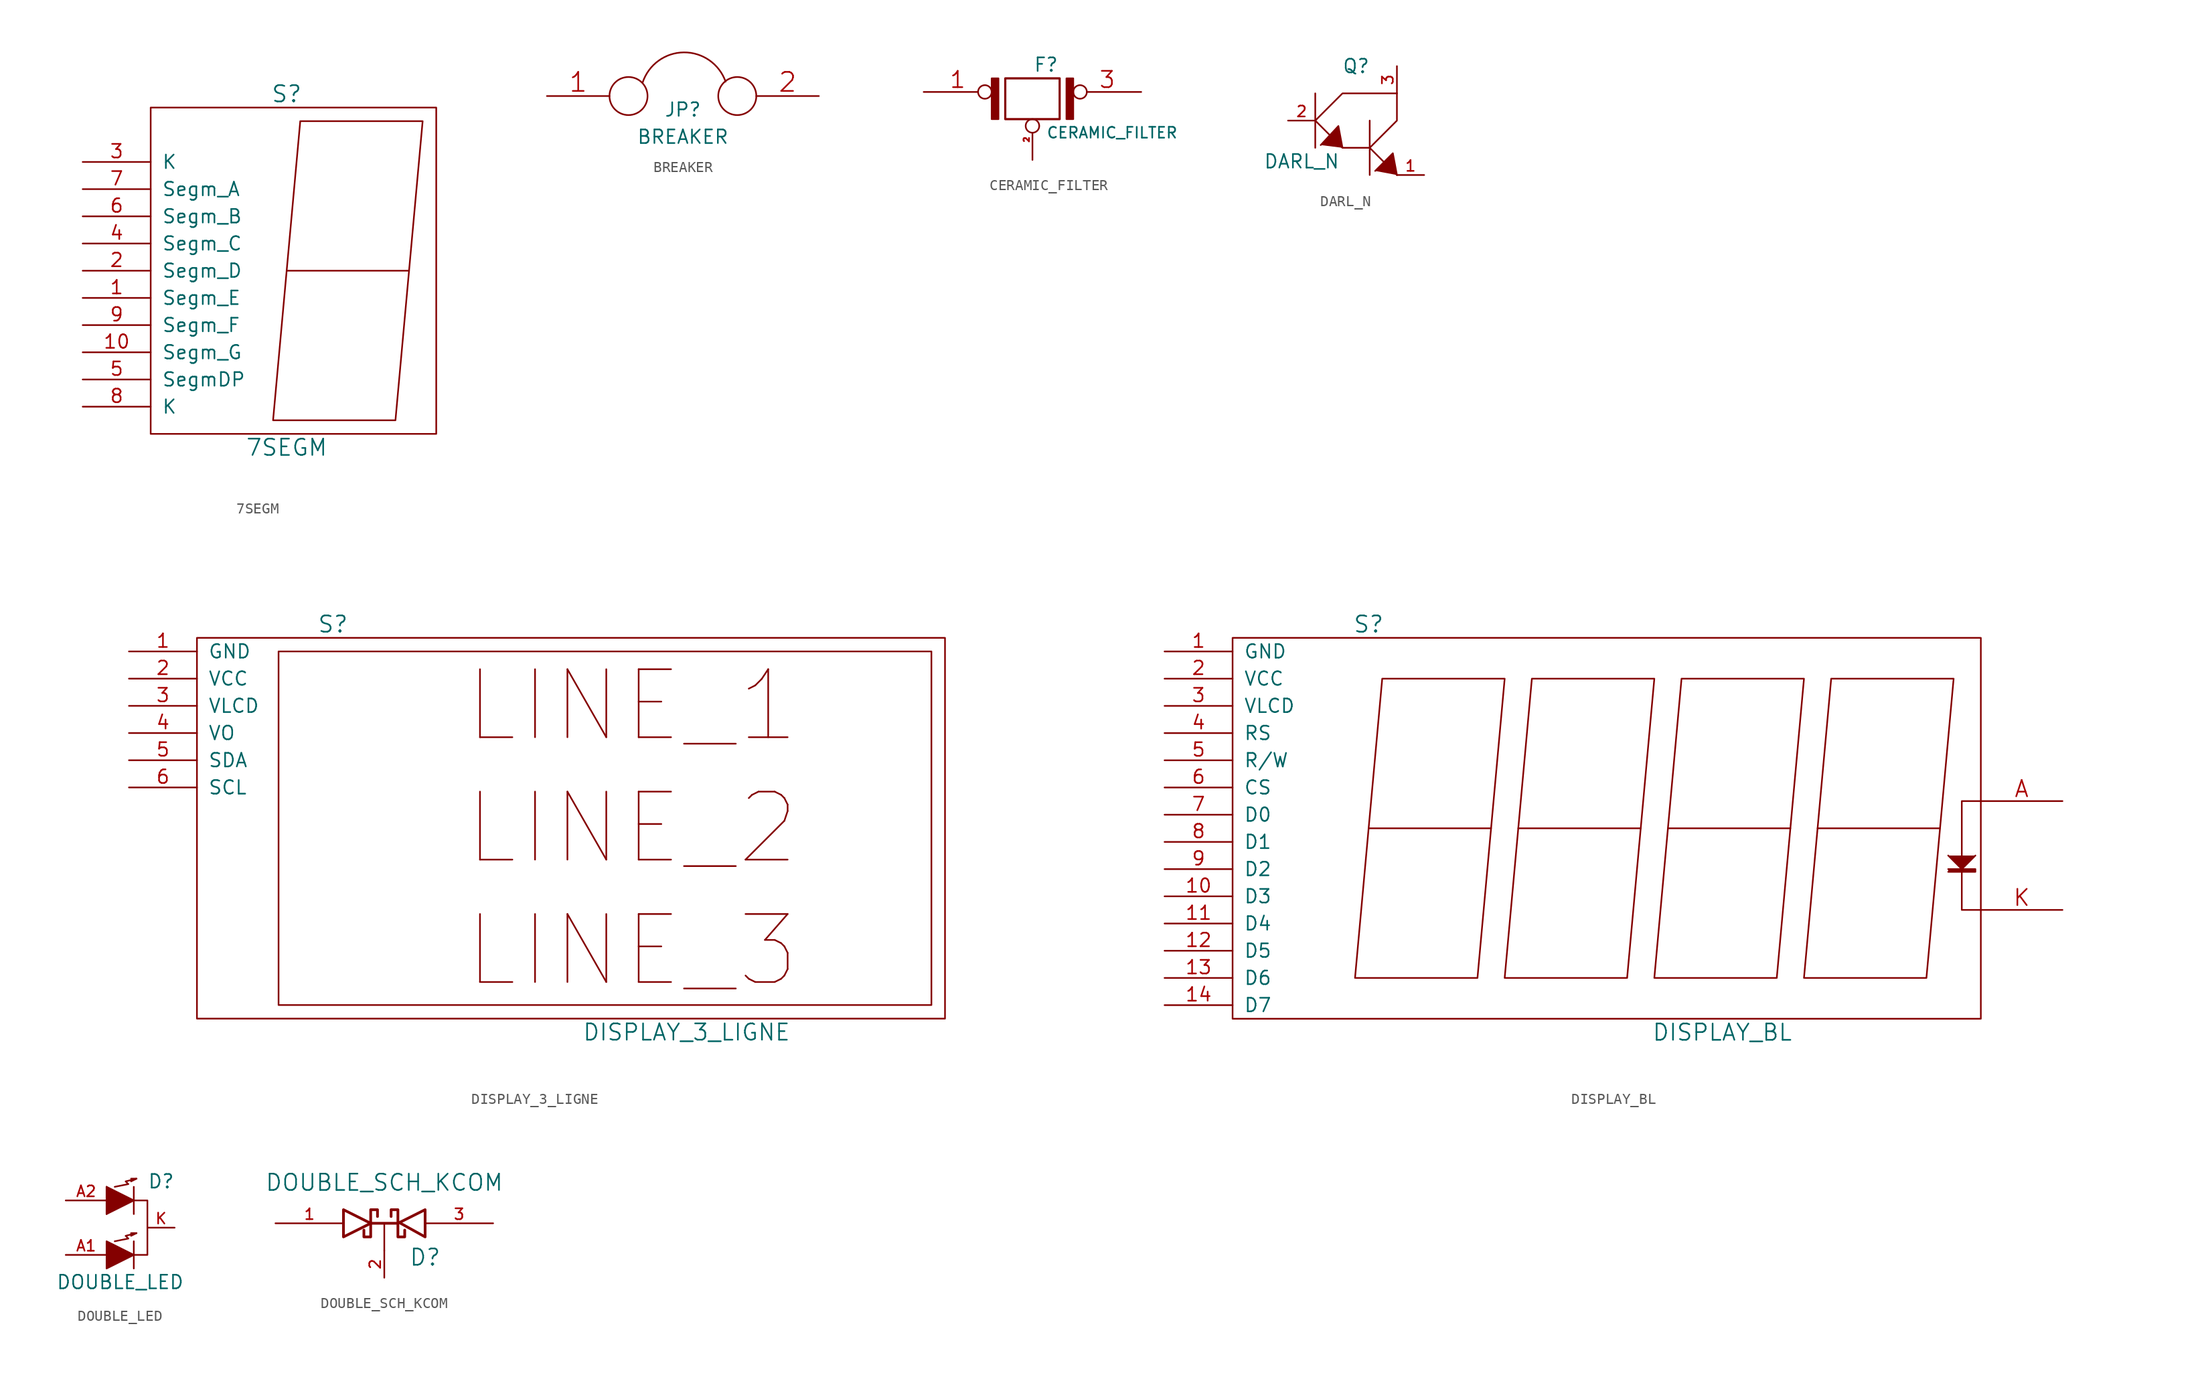
<source format=kicad_sym>
(kicad_symbol_lib
  (version 20220914)
  (generator kicad_symbol_editor)
  (symbol "7SEGM"
    (pin_names
      (offset 1.016))
    (property "Reference" "S"
      (at 0 16.51 0)
      (effects (font (size 1.524 1.524))))
    (property "Value" "7SEGM"
      (at 0 -16.51 0)
      (effects (font (size 1.524 1.524))))
    (symbol "7SEGM_0_1"
      (rectangle (start -12.7 15.24) (end 13.97 -15.24) (stroke (width 0) (type solid)) (fill (type none)))
      (polyline (pts (xy 0 0) (xy 11.43 0)) (stroke (width 0) (type solid)) (fill (type none)))
      (polyline (pts (xy -1.27 -13.97) (xy 1.27 13.97) (xy 12.7 13.97) (xy 10.16 -13.97) (xy -1.27 -13.97)) (stroke (width 0) (type solid)) (fill (type none))))
    (symbol "7SEGM_1_1"
      (pin passive line (at -19.05 -2.54 0) (length 6.35) (name "Segm_E" (effects (font (size 1.27 1.27)))) (number "1" (effects (font (size 1.27 1.27)))))
      (pin passive line (at -19.05 -7.62 0) (length 6.35) (name "Segm_G" (effects (font (size 1.27 1.27)))) (number "10" (effects (font (size 1.27 1.27)))))
      (pin passive line (at -19.05 0 0) (length 6.35) (name "Segm_D" (effects (font (size 1.27 1.27)))) (number "2" (effects (font (size 1.27 1.27)))))
      (pin passive line (at -19.05 10.16 0) (length 6.35) (name "K" (effects (font (size 1.27 1.27)))) (number "3" (effects (font (size 1.27 1.27)))))
      (pin passive line (at -19.05 2.54 0) (length 6.35) (name "Segm_C" (effects (font (size 1.27 1.27)))) (number "4" (effects (font (size 1.27 1.27)))))
      (pin passive line (at -19.05 -10.16 0) (length 6.35) (name "SegmDP" (effects (font (size 1.27 1.27)))) (number "5" (effects (font (size 1.27 1.27)))))
      (pin passive line (at -19.05 5.08 0) (length 6.35) (name "Segm_B" (effects (font (size 1.27 1.27)))) (number "6" (effects (font (size 1.27 1.27)))))
      (pin passive line (at -19.05 7.62 0) (length 6.35) (name "Segm_A" (effects (font (size 1.27 1.27)))) (number "7" (effects (font (size 1.27 1.27)))))
      (pin input line (at -19.05 -12.7 0) (length 6.35) (name "K" (effects (font (size 1.27 1.27)))) (number "8" (effects (font (size 1.27 1.27)))))
      (pin passive line (at -19.05 -5.08 0) (length 6.35) (name "Segm_F" (effects (font (size 1.27 1.27)))) (number "9" (effects (font (size 1.27 1.27)))))))
  (symbol "BREAKER"
    (pin_names
      (offset 0.254))
    (property "Reference" "JP"
      (at 0 -1.27 0)
      (effects (font (size 1.27 1.27))))
    (property "Value" "BREAKER"
      (at 0 -3.81 0)
      (effects (font (size 1.27 1.27))))
    (symbol "BREAKER_0_1"
      (circle (center -5.08 0) (radius 1.778) (stroke (width 0) (type solid)) (fill (type none)))
      (arc (start 3.9878 1.3462) (mid 0.0697 4.0787) (end -3.7592 1.27) (stroke (width 0) (type solid)) (fill (type none)))
      (circle (center 5.08 0) (radius 1.778) (stroke (width 0) (type solid)) (fill (type none))))
    (symbol "BREAKER_1_1"
      (pin input line (at -12.7 0 0) (length 5.842) (name "~" (effects (font (size 1.778 1.778)))) (number "1" (effects (font (size 1.778 1.778)))))
      (pin input line (at 12.7 0 180) (length 5.842) (name "~" (effects (font (size 1.778 1.778)))) (number "2" (effects (font (size 1.778 1.778)))))))
  (symbol "CERAMIC_FILTER"
    (pin_names
      (offset 1.016) hide)
    (property "Reference" "F"
      (at 1.27 3.81 0)
      (effects (font (size 1.27 1.27))))
    (property "Value" "CERAMIC_FILTER"
      (at 1.27 -2.54 0)
      (effects (font (size 1.016 1.016)) (justify left)))
    (symbol "CERAMIC_FILTER_0_1"
      (rectangle (start -2.54 2.54) (end 2.54 -1.27) (stroke (width 0.203) (type solid)) (fill (type none)))
      (polyline (pts (xy -3.81 2.54) (xy -3.81 -1.27) (xy -3.175 -1.27) (xy -3.175 2.54) (xy -3.81 2.54) (xy -3.81 2.54)) (stroke (width 0) (type solid)) (fill (type outline)))
      (polyline (pts (xy 3.81 2.54) (xy 3.81 -1.27) (xy 3.175 -1.27) (xy 3.175 2.54) (xy 3.81 2.54) (xy 3.81 2.54)) (stroke (width 0) (type solid)) (fill (type outline))))
    (symbol "CERAMIC_FILTER_1_1"
      (pin passive inverted (at -10.16 1.27 0) (length 6.35) (name "P1" (effects (font (size 1.524 1.524)))) (number "1" (effects (font (size 1.524 1.524)))))
      (pin passive inverted (at 0 -5.08 90) (length 3.81) (name "PM" (effects (font (size 0.508 0.508)))) (number "2" (effects (font (size 0.508 0.508)))))
      (pin passive inverted (at 10.16 1.27 180) (length 6.35) (name "P3" (effects (font (size 1.524 1.524)))) (number "3" (effects (font (size 1.524 1.524)))))))
  (symbol "DARL_N"
    (pin_names
      (offset 0.254))
    (property "Reference" "Q"
      (at 0 6.35 0)
      (effects (font (size 1.27 1.27))))
    (property "Value" "DARL_N"
      (at -5.08 -2.54 0)
      (effects (font (size 1.27 1.27))))
    (symbol "DARL_N_0_0"
      (polyline (pts (xy -3.81 -1.27) (xy -3.81 3.81)) (stroke (width 0) (type solid)) (fill (type none)))
      (polyline (pts (xy 1.27 1.27) (xy 1.27 -3.81)) (stroke (width 0) (type solid)) (fill (type none))))
    (symbol "DARL_N_0_1"
      (polyline (pts (xy 1.27 -1.27) (xy 3.81 -3.81)) (stroke (width 0) (type solid)) (fill (type none)))
      (polyline (pts (xy -3.81 1.27) (xy -1.27 -1.27) (xy 1.27 -1.27)) (stroke (width 0) (type solid)) (fill (type none)))
      (polyline (pts (xy -3.81 1.27) (xy -1.27 3.81) (xy 3.81 3.81)) (stroke (width 0) (type solid)) (fill (type none)))
      (polyline (pts (xy -1.27 -1.27) (xy -1.651 0.762) (xy -3.302 -1.016)) (stroke (width 0) (type solid)) (fill (type outline)))
      (polyline (pts (xy 1.27 -1.27) (xy 3.81 1.27) (xy 3.81 3.81)) (stroke (width 0) (type solid)) (fill (type none)))
      (polyline (pts (xy 3.81 -3.81) (xy 3.429 -1.778) (xy 1.778 -3.429)) (stroke (width 0) (type solid)) (fill (type outline))))
    (symbol "DARL_N_1_1"
      (pin passive line (at 6.35 -3.81 180) (length 2.54) (name "~" (effects (font (size 1.016 1.016)))) (number "1" (effects (font (size 1.016 1.016)))))
      (pin input line (at -6.35 1.27 0) (length 2.54) (name "~" (effects (font (size 1.016 1.016)))) (number "2" (effects (font (size 1.016 1.016)))))
      (pin passive line (at 3.81 6.35 270) (length 2.54) (name "~" (effects (font (size 1.016 1.016)))) (number "3" (effects (font (size 1.016 1.016)))))))
  (symbol "DISPLAY_3_LIGNE"
    (pin_names
      (offset 1.016))
    (property "Reference" "S"
      (at -26.67 19.05 0)
      (effects (font (size 1.524 1.524))))
    (property "Value" "DISPLAY_3_LIGNE"
      (at 6.35 -19.05 0)
      (effects (font (size 1.524 1.524))))
    (symbol "DISPLAY_3_LIGNE_0_0"
      (rectangle (start -31.75 16.51) (end 29.21 -16.51) (stroke (width 0) (type solid)) (fill (type none)))
      (text "LINE_1" (at 1.27 11.43 0) (effects (font (size 6.35 6.35))))
      (text "LINE_2" (at 1.27 0 0) (effects (font (size 6.35 6.35))))
      (text "LINE_3" (at 1.27 -11.43 0) (effects (font (size 6.35 6.35)))))
    (symbol "DISPLAY_3_LIGNE_0_1"
      (rectangle (start -39.37 17.78) (end 30.48 -17.78) (stroke (width 0) (type solid)) (fill (type none))))
    (symbol "DISPLAY_3_LIGNE_1_1"
      (pin power_in line (at -45.72 16.51 0) (length 6.35) (name "GND" (effects (font (size 1.27 1.27)))) (number "1" (effects (font (size 1.27 1.27)))))
      (pin power_in line (at -45.72 13.97 0) (length 6.35) (name "VCC" (effects (font (size 1.27 1.27)))) (number "2" (effects (font (size 1.27 1.27)))))
      (pin input line (at -45.72 11.43 0) (length 6.35) (name "VLCD" (effects (font (size 1.27 1.27)))) (number "3" (effects (font (size 1.27 1.27)))))
      (pin input line (at -45.72 8.89 0) (length 6.35) (name "VO" (effects (font (size 1.27 1.27)))) (number "4" (effects (font (size 1.27 1.27)))))
      (pin input line (at -45.72 6.35 0) (length 6.35) (name "SDA" (effects (font (size 1.27 1.27)))) (number "5" (effects (font (size 1.27 1.27)))))
      (pin input line (at -45.72 3.81 0) (length 6.35) (name "SCL" (effects (font (size 1.27 1.27)))) (number "6" (effects (font (size 1.27 1.27)))))))
  (symbol "DISPLAY_BL"
    (pin_names
      (offset 1.016))
    (property "Reference" "S"
      (at -26.67 19.05 0)
      (effects (font (size 1.524 1.524))))
    (property "Value" "DISPLAY_BL"
      (at 6.35 -19.05 0)
      (effects (font (size 1.524 1.524))))
    (symbol "DISPLAY_BL_0_1"
      (rectangle (start -39.37 17.78) (end 30.48 -17.78) (stroke (width 0) (type solid)) (fill (type none)))
      (polyline (pts (xy -26.67 0) (xy -15.24 0)) (stroke (width 0) (type solid)) (fill (type none)))
      (polyline (pts (xy -12.7 0) (xy -1.27 0)) (stroke (width 0) (type solid)) (fill (type none)))
      (polyline (pts (xy 1.27 0) (xy 12.7 0)) (stroke (width 0) (type solid)) (fill (type none)))
      (polyline (pts (xy 15.24 0) (xy 26.67 0)) (stroke (width 0) (type solid)) (fill (type none)))
      (polyline (pts (xy 27.432 -2.54) (xy 28.702 -3.81) (xy 29.972 -2.54)) (stroke (width 0) (type solid)) (fill (type outline)))
      (polyline (pts (xy 28.702 -4.064) (xy 28.702 -7.62) (xy 30.48 -7.62)) (stroke (width 0) (type solid)) (fill (type none)))
      (polyline (pts (xy 28.702 -2.54) (xy 28.702 2.54) (xy 30.48 2.54)) (stroke (width 0) (type solid)) (fill (type none)))
      (polyline (pts (xy 27.432 -3.81) (xy 29.972 -3.81) (xy 29.972 -4.064) (xy 27.432 -4.064)) (stroke (width 0) (type solid)) (fill (type outline)))
      (polyline (pts (xy -27.94 -13.97) (xy -25.4 13.97) (xy -13.97 13.97) (xy -16.51 -13.97) (xy -27.94 -13.97)) (stroke (width 0) (type solid)) (fill (type none)))
      (polyline (pts (xy -13.97 -13.97) (xy -11.43 13.97) (xy 0 13.97) (xy -2.54 -13.97) (xy -13.97 -13.97)) (stroke (width 0) (type solid)) (fill (type none)))
      (polyline (pts (xy 0 -13.97) (xy 2.54 13.97) (xy 13.97 13.97) (xy 11.43 -13.97) (xy 0 -13.97)) (stroke (width 0) (type solid)) (fill (type none)))
      (polyline (pts (xy 16.51 13.97) (xy 13.97 -13.97) (xy 25.4 -13.97) (xy 27.94 13.97) (xy 16.51 13.97)) (stroke (width 0) (type solid)) (fill (type none))))
    (symbol "DISPLAY_BL_1_1"
      (pin power_in line (at -45.72 16.51 0) (length 6.35) (name "GND" (effects (font (size 1.27 1.27)))) (number "1" (effects (font (size 1.27 1.27)))))
      (pin tri_state line (at -45.72 -6.35 0) (length 6.35) (name "D3" (effects (font (size 1.27 1.27)))) (number "10" (effects (font (size 1.27 1.27)))))
      (pin tri_state line (at -45.72 -8.89 0) (length 6.35) (name "D4" (effects (font (size 1.27 1.27)))) (number "11" (effects (font (size 1.27 1.27)))))
      (pin tri_state line (at -45.72 -11.43 0) (length 6.35) (name "D5" (effects (font (size 1.27 1.27)))) (number "12" (effects (font (size 1.27 1.27)))))
      (pin tri_state line (at -45.72 -13.97 0) (length 6.35) (name "D6" (effects (font (size 1.27 1.27)))) (number "13" (effects (font (size 1.27 1.27)))))
      (pin tri_state line (at -45.72 -16.51 0) (length 6.35) (name "D7" (effects (font (size 1.27 1.27)))) (number "14" (effects (font (size 1.27 1.27)))))
      (pin power_in line (at -45.72 13.97 0) (length 6.35) (name "VCC" (effects (font (size 1.27 1.27)))) (number "2" (effects (font (size 1.27 1.27)))))
      (pin input line (at -45.72 11.43 0) (length 6.35) (name "VLCD" (effects (font (size 1.27 1.27)))) (number "3" (effects (font (size 1.27 1.27)))))
      (pin input line (at -45.72 8.89 0) (length 6.35) (name "RS" (effects (font (size 1.27 1.27)))) (number "4" (effects (font (size 1.27 1.27)))))
      (pin input line (at -45.72 6.35 0) (length 6.35) (name "R/W" (effects (font (size 1.27 1.27)))) (number "5" (effects (font (size 1.27 1.27)))))
      (pin input line (at -45.72 3.81 0) (length 6.35) (name "CS" (effects (font (size 1.27 1.27)))) (number "6" (effects (font (size 1.27 1.27)))))
      (pin tri_state line (at -45.72 1.27 0) (length 6.35) (name "D0" (effects (font (size 1.27 1.27)))) (number "7" (effects (font (size 1.27 1.27)))))
      (pin tri_state line (at -45.72 -1.27 0) (length 6.35) (name "D1" (effects (font (size 1.27 1.27)))) (number "8" (effects (font (size 1.27 1.27)))))
      (pin tri_state line (at -45.72 -3.81 0) (length 6.35) (name "D2" (effects (font (size 1.27 1.27)))) (number "9" (effects (font (size 1.27 1.27)))))
      (pin input line (at 38.1 2.54 180) (length 7.62) (name "~" (effects (font (size 1.524 1.524)))) (number "A" (effects (font (size 1.524 1.524)))))
      (pin input line (at 38.1 -7.62 180) (length 7.62) (name "~" (effects (font (size 1.524 1.524)))) (number "K" (effects (font (size 1.524 1.524)))))))
  (symbol "DOUBLE_LED"
    (pin_names
      (offset 1.016) hide)
    (property "Reference" "D"
      (at 2.54 4.318 0)
      (effects (font (size 1.27 1.27)) (justify left)))
    (property "Value" "DOUBLE_LED"
      (at 0 -5.08 0)
      (effects (font (size 1.27 1.27))))
    (symbol "DOUBLE_LED_0_1"
      (rectangle (start -1.27 1.27) (end -1.27 3.81) (stroke (width 0) (type solid)) (fill (type none)))
      (rectangle (start -1.27 3.81) (end -1.27 3.81) (stroke (width 0) (type solid)) (fill (type none)))
      (polyline (pts (xy 1.27 -1.27) (xy 1.27 -3.81)) (stroke (width 0) (type solid)) (fill (type none)))
      (polyline (pts (xy 1.27 3.81) (xy 1.27 1.27) (xy 1.27 1.27)) (stroke (width 0) (type solid)) (fill (type none)))
      (polyline (pts (xy 1.016 -0.508) (xy 1.524 -0.508) (xy 1.016 -0.762) (xy 1.016 -0.762)) (stroke (width 0) (type solid)) (fill (type none)))
      (polyline (pts (xy 1.016 4.572) (xy 1.524 4.572) (xy 1.016 4.318) (xy 1.016 4.318)) (stroke (width 0) (type solid)) (fill (type none)))
      (polyline (pts (xy -1.27 -1.27) (xy -1.27 -3.81) (xy 1.27 -2.54) (xy -1.27 -1.27) (xy -1.27 -1.27)) (stroke (width 0) (type solid)) (fill (type outline)))
      (polyline (pts (xy -0.508 -1.27) (xy 0.762 -1.016) (xy 0.508 -0.762) (xy 1.524 -0.508) (xy 1.524 -0.508)) (stroke (width 0) (type solid)) (fill (type none)))
      (polyline (pts (xy 1.27 2.54) (xy 2.54 2.54) (xy 2.54 -2.54) (xy 1.27 -2.54) (xy 1.27 -2.54)) (stroke (width 0) (type solid)) (fill (type none)))
      (polyline (pts (xy -1.27 3.81) (xy -1.27 1.27) (xy 1.27 2.54) (xy -1.27 3.81) (xy -1.27 3.81) (xy -1.27 3.81)) (stroke (width 0) (type solid)) (fill (type outline)))
      (polyline (pts (xy -0.508 3.81) (xy 0.762 4.064) (xy 0.508 4.318) (xy 1.524 4.572) (xy 1.524 4.572) (xy 1.524 4.572)) (stroke (width 0) (type solid)) (fill (type none))))
    (symbol "DOUBLE_LED_1_1"
      (pin passive line (at -5.08 -2.54 0) (length 3.81) (name "A1" (effects (font (size 1.016 1.016)))) (number "A1" (effects (font (size 1.016 1.016)))))
      (pin passive line (at -5.08 2.54 0) (length 3.81) (name "A2" (effects (font (size 1.016 1.016)))) (number "A2" (effects (font (size 1.016 1.016)))))
      (pin passive line (at 5.08 0 180) (length 2.54) (name "K" (effects (font (size 1.016 1.016)))) (number "K" (effects (font (size 1.016 1.016)))))))
  (symbol "DOUBLE_SCH_KCOM"
    (pin_names
      (offset 0.762) hide)
    (property "Reference" "D"
      (at 3.81 -3.175 0)
      (effects (font (size 1.524 1.524))))
    (property "Value" "DOUBLE_SCH_KCOM"
      (at 0 3.81 0)
      (effects (font (size 1.524 1.524))))
    (symbol "DOUBLE_SCH_KCOM_0_1"
      (polyline (pts (xy 0 0) (xy 0 -2.54)) (stroke (width 0) (type solid)) (fill (type none)))
      (polyline (pts (xy -1.27 0) (xy 1.27 0) (xy 1.27 0)) (stroke (width 0.254) (type solid)) (fill (type none)))
      (polyline (pts (xy -1.27 0) (xy -3.81 1.27) (xy -3.81 -1.27) (xy -1.27 0) (xy -1.27 0)) (stroke (width 0.254) (type solid)) (fill (type none)))
      (polyline (pts (xy 1.524 0) (xy 3.81 -1.27) (xy 3.81 1.27) (xy 1.27 0) (xy 1.27 0)) (stroke (width 0.254) (type solid)) (fill (type none)))
      (polyline (pts (xy 0.635 0.635) (xy 0.635 1.27) (xy 1.27 1.27) (xy 1.27 -1.27) (xy 1.905 -1.27) (xy 1.905 -0.635) (xy 1.905 -0.635)) (stroke (width 0.254) (type solid)) (fill (type none)))
      (polyline (pts (xy -0.635 0.635) (xy -0.635 1.27) (xy -1.27 1.27) (xy -1.27 -1.27) (xy -1.905 -1.27) (xy -1.905 -0.635) (xy -1.905 -0.635) (xy -1.905 -0.635)) (stroke (width 0.254) (type solid)) (fill (type none)))
      (pin passive line (at -10.16 0 0) (length 6.35) (name "Anode" (effects (font (size 1.016 1.016)))) (number "1" (effects (font (size 1.016 1.016)))))
      (pin passive line (at 0 -5.08 90) (length 2.54) (name "AK" (effects (font (size 1.016 1.016)))) (number "2" (effects (font (size 1.016 1.016)))))
      (pin passive line (at 10.16 0 180) (length 6.35) (name "cathode" (effects (font (size 1.016 1.016)))) (number "3" (effects (font (size 1.016 1.016))))))))
</source>
